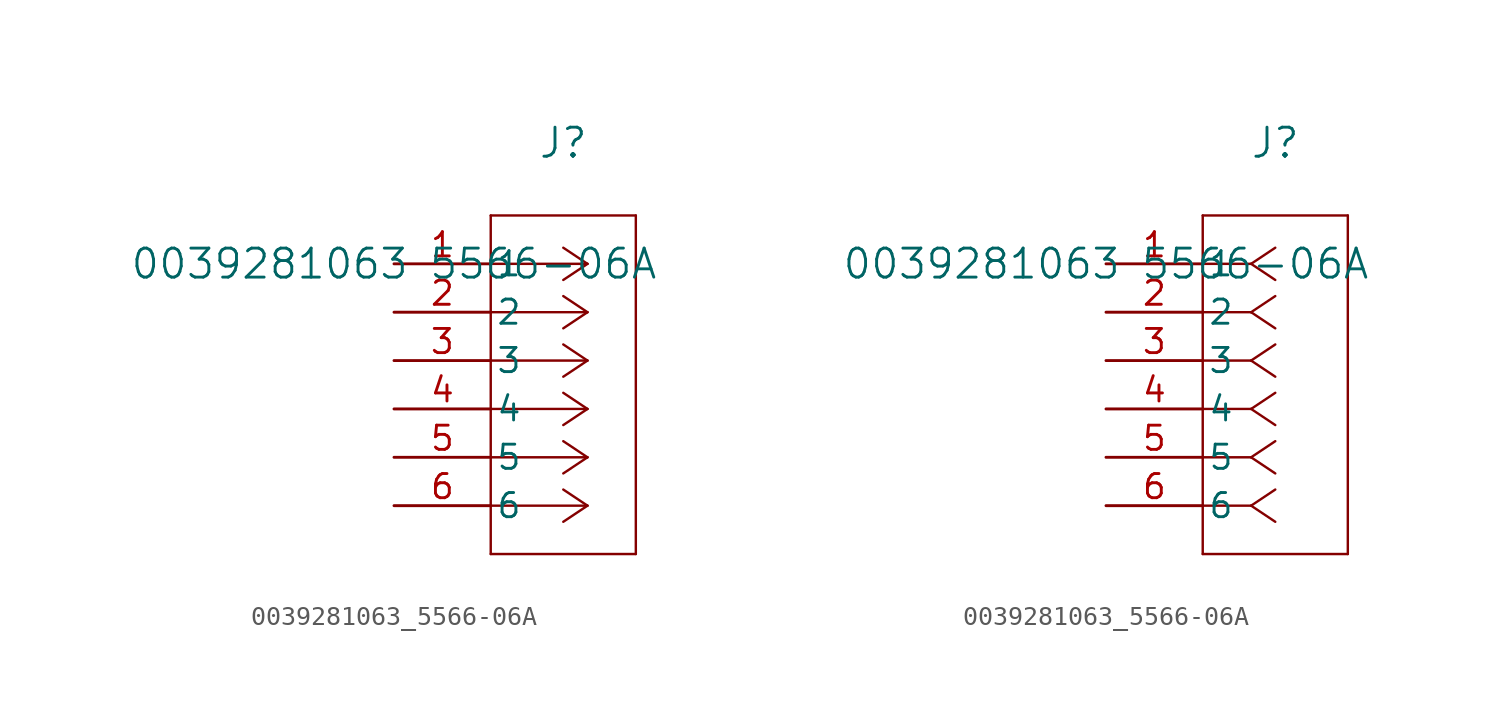
<source format=kicad_sym>
(kicad_symbol_lib
  (version 20211014)
  (generator kicad_symbol_editor)
  (symbol "0039281063_5566-06A"
    (pin_names
      (offset 0.254))
    (property "Reference" "J"
      (at 8.89 6.35 0)
      (effects (font (size 1.524 1.524))))
    (property "Value" "0039281063 5566-06A"
      (at 0 0 0)
      (effects (font (size 1.524 1.524))))
    (symbol "0039281063_5566-06A_1_1"
      (polyline (pts (xy 10.16 0) (xy 5.08 0)) (stroke (width 0.127) (type default) (color 0 0 0 0)) (fill (type none)))
      (polyline (pts (xy 10.16 -2.54) (xy 5.08 -2.54)) (stroke (width 0.127) (type default) (color 0 0 0 0)) (fill (type none)))
      (polyline (pts (xy 10.16 -5.08) (xy 5.08 -5.08)) (stroke (width 0.127) (type default) (color 0 0 0 0)) (fill (type none)))
      (polyline (pts (xy 10.16 -7.62) (xy 5.08 -7.62)) (stroke (width 0.127) (type default) (color 0 0 0 0)) (fill (type none)))
      (polyline (pts (xy 10.16 -10.16) (xy 5.08 -10.16)) (stroke (width 0.127) (type default) (color 0 0 0 0)) (fill (type none)))
      (polyline (pts (xy 10.16 -12.7) (xy 5.08 -12.7)) (stroke (width 0.127) (type default) (color 0 0 0 0)) (fill (type none)))
      (polyline (pts (xy 10.16 0) (xy 8.89 0.847)) (stroke (width 0.127) (type default) (color 0 0 0 0)) (fill (type none)))
      (polyline (pts (xy 10.16 -2.54) (xy 8.89 -1.693)) (stroke (width 0.127) (type default) (color 0 0 0 0)) (fill (type none)))
      (polyline (pts (xy 10.16 -5.08) (xy 8.89 -4.233)) (stroke (width 0.127) (type default) (color 0 0 0 0)) (fill (type none)))
      (polyline (pts (xy 10.16 -7.62) (xy 8.89 -6.773)) (stroke (width 0.127) (type default) (color 0 0 0 0)) (fill (type none)))
      (polyline (pts (xy 10.16 -10.16) (xy 8.89 -9.313)) (stroke (width 0.127) (type default) (color 0 0 0 0)) (fill (type none)))
      (polyline (pts (xy 10.16 -12.7) (xy 8.89 -11.853)) (stroke (width 0.127) (type default) (color 0 0 0 0)) (fill (type none)))
      (polyline (pts (xy 10.16 0) (xy 8.89 -0.847)) (stroke (width 0.127) (type default) (color 0 0 0 0)) (fill (type none)))
      (polyline (pts (xy 10.16 -2.54) (xy 8.89 -3.387)) (stroke (width 0.127) (type default) (color 0 0 0 0)) (fill (type none)))
      (polyline (pts (xy 10.16 -5.08) (xy 8.89 -5.927)) (stroke (width 0.127) (type default) (color 0 0 0 0)) (fill (type none)))
      (polyline (pts (xy 10.16 -7.62) (xy 8.89 -8.467)) (stroke (width 0.127) (type default) (color 0 0 0 0)) (fill (type none)))
      (polyline (pts (xy 10.16 -10.16) (xy 8.89 -11.007)) (stroke (width 0.127) (type default) (color 0 0 0 0)) (fill (type none)))
      (polyline (pts (xy 10.16 -12.7) (xy 8.89 -13.547)) (stroke (width 0.127) (type default) (color 0 0 0 0)) (fill (type none)))
      (polyline (pts (xy 5.08 2.54) (xy 5.08 -15.24)) (stroke (width 0.127) (type default) (color 0 0 0 0)) (fill (type none)))
      (polyline (pts (xy 5.08 -15.24) (xy 12.7 -15.24)) (stroke (width 0.127) (type default) (color 0 0 0 0)) (fill (type none)))
      (polyline (pts (xy 12.7 -15.24) (xy 12.7 2.54)) (stroke (width 0.127) (type default) (color 0 0 0 0)) (fill (type none)))
      (polyline (pts (xy 12.7 2.54) (xy 5.08 2.54)) (stroke (width 0.127) (type default) (color 0 0 0 0)) (fill (type none)))
      (pin unspecified line (at 0 0 0) (length 5.08) (name "1" (effects (font (size 1.27 1.27)))) (number "1" (effects (font (size 1.27 1.27)))))
      (pin unspecified line (at 0 -2.54 0) (length 5.08) (name "2" (effects (font (size 1.27 1.27)))) (number "2" (effects (font (size 1.27 1.27)))))
      (pin unspecified line (at 0 -5.08 0) (length 5.08) (name "3" (effects (font (size 1.27 1.27)))) (number "3" (effects (font (size 1.27 1.27)))))
      (pin unspecified line (at 0 -7.62 0) (length 5.08) (name "4" (effects (font (size 1.27 1.27)))) (number "4" (effects (font (size 1.27 1.27)))))
      (pin unspecified line (at 0 -10.16 0) (length 5.08) (name "5" (effects (font (size 1.27 1.27)))) (number "5" (effects (font (size 1.27 1.27)))))
      (pin unspecified line (at 0 -12.7 0) (length 5.08) (name "6" (effects (font (size 1.27 1.27)))) (number "6" (effects (font (size 1.27 1.27))))))
    (symbol "0039281063_5566-06A_1_2"
      (polyline (pts (xy 7.62 0) (xy 5.08 0)) (stroke (width 0.127) (type default) (color 0 0 0 0)) (fill (type none)))
      (polyline (pts (xy 7.62 -2.54) (xy 5.08 -2.54)) (stroke (width 0.127) (type default) (color 0 0 0 0)) (fill (type none)))
      (polyline (pts (xy 7.62 -5.08) (xy 5.08 -5.08)) (stroke (width 0.127) (type default) (color 0 0 0 0)) (fill (type none)))
      (polyline (pts (xy 7.62 -7.62) (xy 5.08 -7.62)) (stroke (width 0.127) (type default) (color 0 0 0 0)) (fill (type none)))
      (polyline (pts (xy 7.62 -10.16) (xy 5.08 -10.16)) (stroke (width 0.127) (type default) (color 0 0 0 0)) (fill (type none)))
      (polyline (pts (xy 7.62 -12.7) (xy 5.08 -12.7)) (stroke (width 0.127) (type default) (color 0 0 0 0)) (fill (type none)))
      (polyline (pts (xy 7.62 0) (xy 8.89 0.847)) (stroke (width 0.127) (type default) (color 0 0 0 0)) (fill (type none)))
      (polyline (pts (xy 7.62 -2.54) (xy 8.89 -1.693)) (stroke (width 0.127) (type default) (color 0 0 0 0)) (fill (type none)))
      (polyline (pts (xy 7.62 -5.08) (xy 8.89 -4.233)) (stroke (width 0.127) (type default) (color 0 0 0 0)) (fill (type none)))
      (polyline (pts (xy 7.62 -7.62) (xy 8.89 -6.773)) (stroke (width 0.127) (type default) (color 0 0 0 0)) (fill (type none)))
      (polyline (pts (xy 7.62 -10.16) (xy 8.89 -9.313)) (stroke (width 0.127) (type default) (color 0 0 0 0)) (fill (type none)))
      (polyline (pts (xy 7.62 -12.7) (xy 8.89 -11.853)) (stroke (width 0.127) (type default) (color 0 0 0 0)) (fill (type none)))
      (polyline (pts (xy 7.62 0) (xy 8.89 -0.847)) (stroke (width 0.127) (type default) (color 0 0 0 0)) (fill (type none)))
      (polyline (pts (xy 7.62 -2.54) (xy 8.89 -3.387)) (stroke (width 0.127) (type default) (color 0 0 0 0)) (fill (type none)))
      (polyline (pts (xy 7.62 -5.08) (xy 8.89 -5.927)) (stroke (width 0.127) (type default) (color 0 0 0 0)) (fill (type none)))
      (polyline (pts (xy 7.62 -7.62) (xy 8.89 -8.467)) (stroke (width 0.127) (type default) (color 0 0 0 0)) (fill (type none)))
      (polyline (pts (xy 7.62 -10.16) (xy 8.89 -11.007)) (stroke (width 0.127) (type default) (color 0 0 0 0)) (fill (type none)))
      (polyline (pts (xy 7.62 -12.7) (xy 8.89 -13.547)) (stroke (width 0.127) (type default) (color 0 0 0 0)) (fill (type none)))
      (polyline (pts (xy 5.08 2.54) (xy 5.08 -15.24)) (stroke (width 0.127) (type default) (color 0 0 0 0)) (fill (type none)))
      (polyline (pts (xy 5.08 -15.24) (xy 12.7 -15.24)) (stroke (width 0.127) (type default) (color 0 0 0 0)) (fill (type none)))
      (polyline (pts (xy 12.7 -15.24) (xy 12.7 2.54)) (stroke (width 0.127) (type default) (color 0 0 0 0)) (fill (type none)))
      (polyline (pts (xy 12.7 2.54) (xy 5.08 2.54)) (stroke (width 0.127) (type default) (color 0 0 0 0)) (fill (type none)))
      (pin unspecified line (at 0 0 0) (length 5.08) (name "1" (effects (font (size 1.27 1.27)))) (number "1" (effects (font (size 1.27 1.27)))))
      (pin unspecified line (at 0 -2.54 0) (length 5.08) (name "2" (effects (font (size 1.27 1.27)))) (number "2" (effects (font (size 1.27 1.27)))))
      (pin unspecified line (at 0 -5.08 0) (length 5.08) (name "3" (effects (font (size 1.27 1.27)))) (number "3" (effects (font (size 1.27 1.27)))))
      (pin unspecified line (at 0 -7.62 0) (length 5.08) (name "4" (effects (font (size 1.27 1.27)))) (number "4" (effects (font (size 1.27 1.27)))))
      (pin unspecified line (at 0 -10.16 0) (length 5.08) (name "5" (effects (font (size 1.27 1.27)))) (number "5" (effects (font (size 1.27 1.27)))))
      (pin unspecified line (at 0 -12.7 0) (length 5.08) (name "6" (effects (font (size 1.27 1.27)))) (number "6" (effects (font (size 1.27 1.27))))))))
</source>
